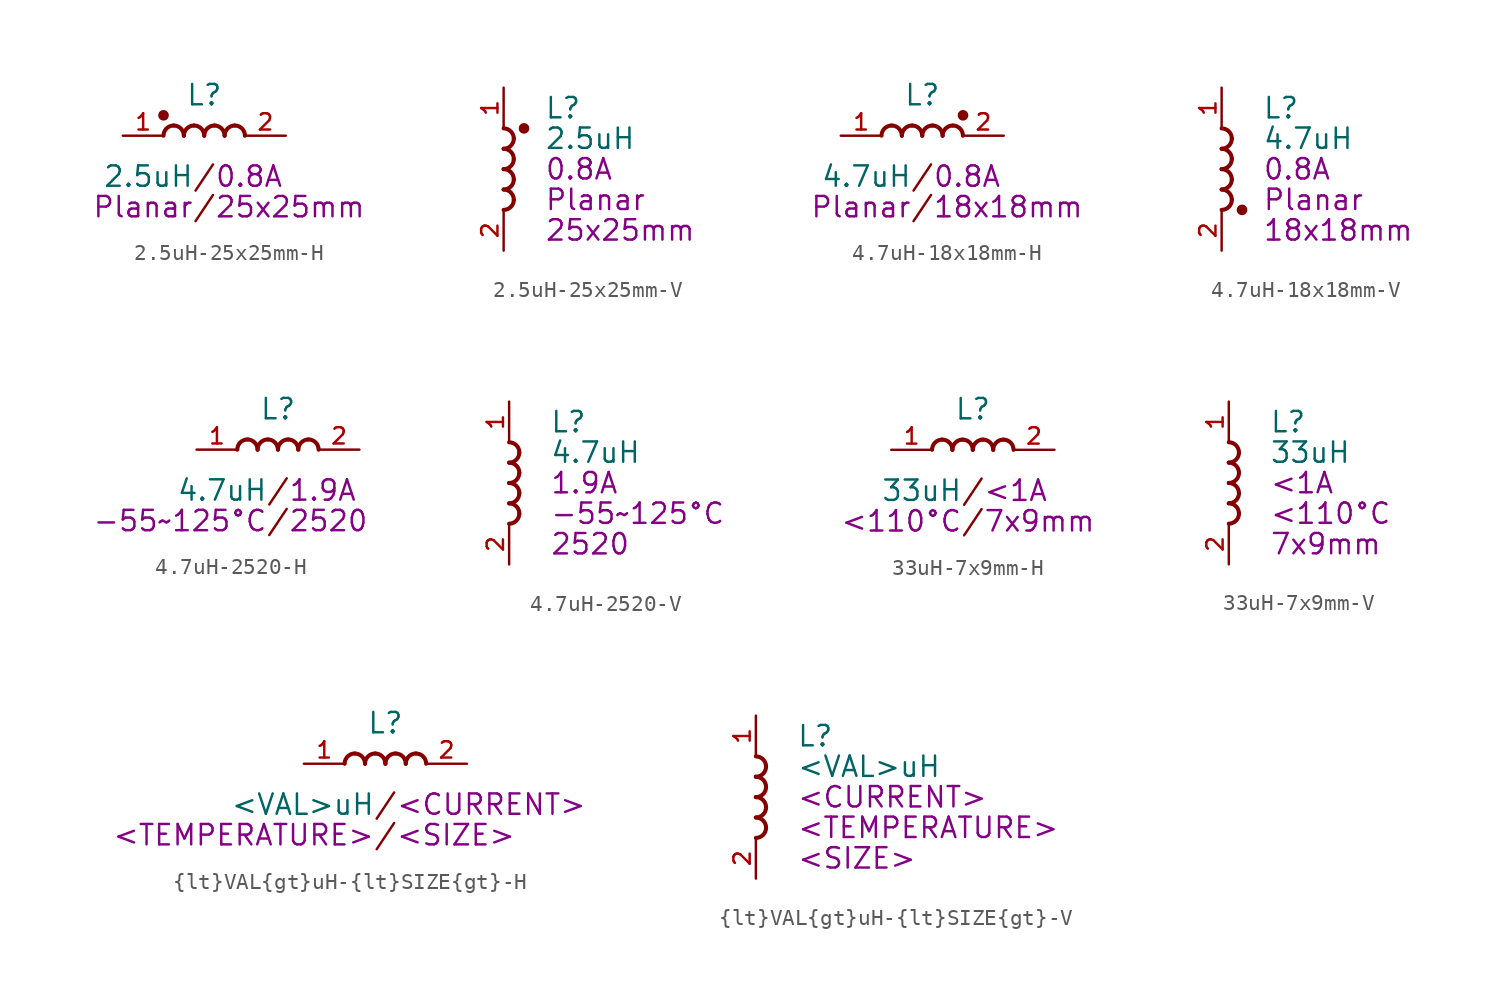
<source format=kicad_sym>
(kicad_symbol_lib
  (version 20231120)
  (generator "kicad_symbol_editor")
  (generator_version "8.0")
  (symbol "2.5uH-25x25mm-H"
    (pin_names
      (offset 1.016))
    (property "Reference" "L"
      (at 0 2.54 0)
      (effects (font (size 1.27 1.27))))
    (property "Value" "2.5uH"
      (at -0.635 -2.54 0)
      (effects (font (size 1.27 1.27)) (justify right)))
    (property "CURRENT" "0.8A"
      (at 0.635 -2.54 0)
      (effects (font (size 1.27 1.27)) (justify left)))
    (property "TEMPERATURE" "Planar"
      (at -0.635 -4.445 0)
      (effects (font (size 1.27 1.27)) (justify right)))
    (property "SIZE" "25x25mm"
      (at 0.635 -4.445 0)
      (effects (font (size 1.27 1.27)) (justify left)))
    (symbol "2.5uH-25x25mm-H_0_0"
      (arc (start -1.905 0.635) (mid -2.354 0.449) (end -2.54 0) (stroke (width 0.254) (type default)) (fill (type none)))
      (arc (start -1.27 0) (mid -1.456 0.449) (end -1.905 0.635) (stroke (width 0.254) (type default)) (fill (type none)))
      (arc (start -0.635 0.635) (mid -1.084 0.449) (end -1.27 0) (stroke (width 0.254) (type default)) (fill (type none)))
      (arc (start 0 0) (mid -0.186 0.449) (end -0.635 0.635) (stroke (width 0.254) (type default)) (fill (type none)))
      (arc (start 0.635 0.635) (mid 0.186 0.449) (end 0 0) (stroke (width 0.254) (type default)) (fill (type none)))
      (arc (start 1.27 0) (mid 1.084 0.449) (end 0.635 0.635) (stroke (width 0.254) (type default)) (fill (type none)))
      (arc (start 1.905 0.635) (mid 1.456 0.449) (end 1.27 0) (stroke (width 0.254) (type default)) (fill (type none)))
      (arc (start 2.54 0) (mid 2.354 0.449) (end 1.905 0.635) (stroke (width 0.254) (type default)) (fill (type none)))
      (text "/" (at 0 -4.445 0) (effects (font (size 1.27 1.27))))
      (text "/" (at 0 -2.54 0) (effects (font (size 1.27 1.27))))
      (pin passive line (at -5.08 0 0) (length 2.54) (name "~" (effects (font (size 1.016 1.016)))) (number "1" (effects (font (size 1.016 1.016)))))
      (pin passive line (at 5.08 0 180) (length 2.54) (name "~" (effects (font (size 1.016 1.016)))) (number "2" (effects (font (size 1.016 1.016))))))
    (symbol "2.5uH-25x25mm-H_1_1"
      (circle (center -2.54 1.27) (radius 0.254) (stroke (width 0) (type solid)) (fill (type outline)))))
  (symbol "2.5uH-25x25mm-V"
    (pin_names
      (offset 1.016))
    (property "Reference" "L"
      (at 2.54 3.81 0)
      (effects (font (size 1.27 1.27)) (justify left)))
    (property "Value" "2.5uH"
      (at 2.54 1.905 0)
      (effects (font (size 1.27 1.27)) (justify left)))
    (property "CURRENT" "0.8A"
      (at 2.54 0 0)
      (effects (font (size 1.27 1.27)) (justify left)))
    (property "TEMPERATURE" "Planar"
      (at 2.54 -1.905 0)
      (effects (font (size 1.27 1.27)) (justify left)))
    (property "SIZE" "25x25mm"
      (at 2.54 -3.81 0)
      (effects (font (size 1.27 1.27)) (justify left)))
    (symbol "2.5uH-25x25mm-V_0_0"
      (arc (start 0 -2.54) (mid 0.449 -2.354) (end 0.635 -1.905) (stroke (width 0.254) (type default)) (fill (type none)))
      (arc (start 0 -1.27) (mid 0.449 -1.084) (end 0.635 -0.635) (stroke (width 0.254) (type default)) (fill (type none)))
      (arc (start 0 0) (mid 0.449 0.186) (end 0.635 0.635) (stroke (width 0.254) (type default)) (fill (type none)))
      (arc (start 0 1.27) (mid 0.449 1.456) (end 0.635 1.905) (stroke (width 0.254) (type default)) (fill (type none)))
      (arc (start 0.635 -1.905) (mid 0.449 -1.456) (end 0 -1.27) (stroke (width 0.254) (type default)) (fill (type none)))
      (arc (start 0.635 -0.635) (mid 0.449 -0.186) (end 0 0) (stroke (width 0.254) (type default)) (fill (type none)))
      (arc (start 0.635 0.635) (mid 0.449 1.084) (end 0 1.27) (stroke (width 0.254) (type default)) (fill (type none)))
      (arc (start 0.635 1.905) (mid 0.449 2.354) (end 0 2.54) (stroke (width 0.254) (type default)) (fill (type none)))
      (pin passive line (at 0 5.08 270) (length 2.54) (name "~" (effects (font (size 1.016 1.016)))) (number "1" (effects (font (size 1.016 1.016)))))
      (pin passive line (at 0 -5.08 90) (length 2.54) (name "~" (effects (font (size 1.016 1.016)))) (number "2" (effects (font (size 1.016 1.016))))))
    (symbol "2.5uH-25x25mm-V_1_1"
      (circle (center 1.27 2.54) (radius 0.254) (stroke (width 0) (type solid)) (fill (type outline)))))
  (symbol "4.7uH-18x18mm-H"
    (pin_names
      (offset 1.016))
    (property "Reference" "L"
      (at 0 2.54 0)
      (effects (font (size 1.27 1.27))))
    (property "Value" "4.7uH"
      (at -0.635 -2.54 0)
      (effects (font (size 1.27 1.27)) (justify right)))
    (property "CURRENT" "0.8A"
      (at 0.635 -2.54 0)
      (effects (font (size 1.27 1.27)) (justify left)))
    (property "TEMPERATURE" "Planar"
      (at -0.635 -4.445 0)
      (effects (font (size 1.27 1.27)) (justify right)))
    (property "SIZE" "18x18mm"
      (at 0.635 -4.445 0)
      (effects (font (size 1.27 1.27)) (justify left)))
    (symbol "4.7uH-18x18mm-H_0_0"
      (arc (start -1.905 0.635) (mid -2.354 0.449) (end -2.54 0) (stroke (width 0.254) (type default)) (fill (type none)))
      (arc (start -1.27 0) (mid -1.456 0.449) (end -1.905 0.635) (stroke (width 0.254) (type default)) (fill (type none)))
      (arc (start -0.635 0.635) (mid -1.084 0.449) (end -1.27 0) (stroke (width 0.254) (type default)) (fill (type none)))
      (arc (start 0 0) (mid -0.186 0.449) (end -0.635 0.635) (stroke (width 0.254) (type default)) (fill (type none)))
      (arc (start 0.635 0.635) (mid 0.186 0.449) (end 0 0) (stroke (width 0.254) (type default)) (fill (type none)))
      (arc (start 1.27 0) (mid 1.084 0.449) (end 0.635 0.635) (stroke (width 0.254) (type default)) (fill (type none)))
      (arc (start 1.905 0.635) (mid 1.456 0.449) (end 1.27 0) (stroke (width 0.254) (type default)) (fill (type none)))
      (arc (start 2.54 0) (mid 2.354 0.449) (end 1.905 0.635) (stroke (width 0.254) (type default)) (fill (type none)))
      (text "/" (at 0 -4.445 0) (effects (font (size 1.27 1.27))))
      (text "/" (at 0 -2.54 0) (effects (font (size 1.27 1.27))))
      (pin passive line (at -5.08 0 0) (length 2.54) (name "~" (effects (font (size 1.016 1.016)))) (number "1" (effects (font (size 1.016 1.016)))))
      (pin passive line (at 5.08 0 180) (length 2.54) (name "~" (effects (font (size 1.016 1.016)))) (number "2" (effects (font (size 1.016 1.016))))))
    (symbol "4.7uH-18x18mm-H_1_1"
      (circle (center 2.54 1.27) (radius 0.254) (stroke (width 0) (type solid)) (fill (type outline)))))
  (symbol "4.7uH-18x18mm-V"
    (pin_names
      (offset 1.016))
    (property "Reference" "L"
      (at 2.54 3.81 0)
      (effects (font (size 1.27 1.27)) (justify left)))
    (property "Value" "4.7uH"
      (at 2.54 1.905 0)
      (effects (font (size 1.27 1.27)) (justify left)))
    (property "CURRENT" "0.8A"
      (at 2.54 0 0)
      (effects (font (size 1.27 1.27)) (justify left)))
    (property "TEMPERATURE" "Planar"
      (at 2.54 -1.905 0)
      (effects (font (size 1.27 1.27)) (justify left)))
    (property "SIZE" "18x18mm"
      (at 2.54 -3.81 0)
      (effects (font (size 1.27 1.27)) (justify left)))
    (symbol "4.7uH-18x18mm-V_0_0"
      (arc (start 0 -2.54) (mid 0.449 -2.354) (end 0.635 -1.905) (stroke (width 0.254) (type default)) (fill (type none)))
      (arc (start 0 -1.27) (mid 0.449 -1.084) (end 0.635 -0.635) (stroke (width 0.254) (type default)) (fill (type none)))
      (arc (start 0 0) (mid 0.449 0.186) (end 0.635 0.635) (stroke (width 0.254) (type default)) (fill (type none)))
      (arc (start 0 1.27) (mid 0.449 1.456) (end 0.635 1.905) (stroke (width 0.254) (type default)) (fill (type none)))
      (arc (start 0.635 -1.905) (mid 0.449 -1.456) (end 0 -1.27) (stroke (width 0.254) (type default)) (fill (type none)))
      (arc (start 0.635 -0.635) (mid 0.449 -0.186) (end 0 0) (stroke (width 0.254) (type default)) (fill (type none)))
      (arc (start 0.635 0.635) (mid 0.449 1.084) (end 0 1.27) (stroke (width 0.254) (type default)) (fill (type none)))
      (arc (start 0.635 1.905) (mid 0.449 2.354) (end 0 2.54) (stroke (width 0.254) (type default)) (fill (type none)))
      (pin passive line (at 0 5.08 270) (length 2.54) (name "~" (effects (font (size 1.016 1.016)))) (number "1" (effects (font (size 1.016 1.016)))))
      (pin passive line (at 0 -5.08 90) (length 2.54) (name "~" (effects (font (size 1.016 1.016)))) (number "2" (effects (font (size 1.016 1.016))))))
    (symbol "4.7uH-18x18mm-V_1_1"
      (circle (center 1.27 -2.54) (radius 0.254) (stroke (width 0) (type solid)) (fill (type outline)))))
  (symbol "4.7uH-2520-H"
    (pin_names
      (offset 1.016))
    (property "Reference" "L"
      (at 0 2.54 0)
      (effects (font (size 1.27 1.27))))
    (property "Value" "4.7uH"
      (at -0.635 -2.54 0)
      (effects (font (size 1.27 1.27)) (justify right)))
    (property "CURRENT" "1.9A"
      (at 0.635 -2.54 0)
      (effects (font (size 1.27 1.27)) (justify left)))
    (property "TEMPERATURE" "-55~125°C"
      (at -0.635 -4.445 0)
      (effects (font (size 1.27 1.27)) (justify right)))
    (property "SIZE" "2520"
      (at 0.635 -4.445 0)
      (effects (font (size 1.27 1.27)) (justify left)))
    (symbol "4.7uH-2520-H_0_0"
      (arc (start -1.905 0.635) (mid -2.354 0.449) (end -2.54 0) (stroke (width 0.254) (type default)) (fill (type none)))
      (arc (start -1.27 0) (mid -1.456 0.449) (end -1.905 0.635) (stroke (width 0.254) (type default)) (fill (type none)))
      (arc (start -0.635 0.635) (mid -1.084 0.449) (end -1.27 0) (stroke (width 0.254) (type default)) (fill (type none)))
      (arc (start 0 0) (mid -0.186 0.449) (end -0.635 0.635) (stroke (width 0.254) (type default)) (fill (type none)))
      (arc (start 0.635 0.635) (mid 0.186 0.449) (end 0 0) (stroke (width 0.254) (type default)) (fill (type none)))
      (arc (start 1.27 0) (mid 1.084 0.449) (end 0.635 0.635) (stroke (width 0.254) (type default)) (fill (type none)))
      (arc (start 1.905 0.635) (mid 1.456 0.449) (end 1.27 0) (stroke (width 0.254) (type default)) (fill (type none)))
      (arc (start 2.54 0) (mid 2.354 0.449) (end 1.905 0.635) (stroke (width 0.254) (type default)) (fill (type none)))
      (text "/" (at 0 -4.445 0) (effects (font (size 1.27 1.27))))
      (text "/" (at 0 -2.54 0) (effects (font (size 1.27 1.27))))
      (pin passive line (at -5.08 0 0) (length 2.54) (name "~" (effects (font (size 1.016 1.016)))) (number "1" (effects (font (size 1.016 1.016)))))
      (pin passive line (at 5.08 0 180) (length 2.54) (name "~" (effects (font (size 1.016 1.016)))) (number "2" (effects (font (size 1.016 1.016)))))))
  (symbol "4.7uH-2520-V"
    (pin_names
      (offset 1.016))
    (property "Reference" "L"
      (at 2.54 3.81 0)
      (effects (font (size 1.27 1.27)) (justify left)))
    (property "Value" "4.7uH"
      (at 2.54 1.905 0)
      (effects (font (size 1.27 1.27)) (justify left)))
    (property "CURRENT" "1.9A"
      (at 2.54 0 0)
      (effects (font (size 1.27 1.27)) (justify left)))
    (property "TEMPERATURE" "-55~125°C"
      (at 2.54 -1.905 0)
      (effects (font (size 1.27 1.27)) (justify left)))
    (property "SIZE" "2520"
      (at 2.54 -3.81 0)
      (effects (font (size 1.27 1.27)) (justify left)))
    (symbol "4.7uH-2520-V_0_0"
      (arc (start 0 -2.54) (mid 0.449 -2.354) (end 0.635 -1.905) (stroke (width 0.254) (type default)) (fill (type none)))
      (arc (start 0 -1.27) (mid 0.449 -1.084) (end 0.635 -0.635) (stroke (width 0.254) (type default)) (fill (type none)))
      (arc (start 0 0) (mid 0.449 0.186) (end 0.635 0.635) (stroke (width 0.254) (type default)) (fill (type none)))
      (arc (start 0 1.27) (mid 0.449 1.456) (end 0.635 1.905) (stroke (width 0.254) (type default)) (fill (type none)))
      (arc (start 0.635 -1.905) (mid 0.449 -1.456) (end 0 -1.27) (stroke (width 0.254) (type default)) (fill (type none)))
      (arc (start 0.635 -0.635) (mid 0.449 -0.186) (end 0 0) (stroke (width 0.254) (type default)) (fill (type none)))
      (arc (start 0.635 0.635) (mid 0.449 1.084) (end 0 1.27) (stroke (width 0.254) (type default)) (fill (type none)))
      (arc (start 0.635 1.905) (mid 0.449 2.354) (end 0 2.54) (stroke (width 0.254) (type default)) (fill (type none)))
      (pin passive line (at 0 5.08 270) (length 2.54) (name "~" (effects (font (size 1.016 1.016)))) (number "1" (effects (font (size 1.016 1.016)))))
      (pin passive line (at 0 -5.08 90) (length 2.54) (name "~" (effects (font (size 1.016 1.016)))) (number "2" (effects (font (size 1.016 1.016)))))))
  (symbol "33uH-7x9mm-H"
    (pin_names
      (offset 1.016))
    (property "Reference" "L"
      (at 0 2.54 0)
      (effects (font (size 1.27 1.27))))
    (property "Value" "33uH"
      (at -0.635 -2.54 0)
      (effects (font (size 1.27 1.27)) (justify right)))
    (property "CURRENT" "<1A"
      (at 0.635 -2.54 0)
      (effects (font (size 1.27 1.27)) (justify left)))
    (property "TEMPERATURE" "<110°C"
      (at -0.635 -4.445 0)
      (effects (font (size 1.27 1.27)) (justify right)))
    (property "SIZE" "7x9mm"
      (at 0.635 -4.445 0)
      (effects (font (size 1.27 1.27)) (justify left)))
    (symbol "33uH-7x9mm-H_0_0"
      (arc (start -1.905 0.635) (mid -2.354 0.449) (end -2.54 0) (stroke (width 0.254) (type default)) (fill (type none)))
      (arc (start -1.27 0) (mid -1.456 0.449) (end -1.905 0.635) (stroke (width 0.254) (type default)) (fill (type none)))
      (arc (start -0.635 0.635) (mid -1.084 0.449) (end -1.27 0) (stroke (width 0.254) (type default)) (fill (type none)))
      (arc (start 0 0) (mid -0.186 0.449) (end -0.635 0.635) (stroke (width 0.254) (type default)) (fill (type none)))
      (arc (start 0.635 0.635) (mid 0.186 0.449) (end 0 0) (stroke (width 0.254) (type default)) (fill (type none)))
      (arc (start 1.27 0) (mid 1.084 0.449) (end 0.635 0.635) (stroke (width 0.254) (type default)) (fill (type none)))
      (arc (start 1.905 0.635) (mid 1.456 0.449) (end 1.27 0) (stroke (width 0.254) (type default)) (fill (type none)))
      (arc (start 2.54 0) (mid 2.354 0.449) (end 1.905 0.635) (stroke (width 0.254) (type default)) (fill (type none)))
      (text "/" (at 0 -4.445 0) (effects (font (size 1.27 1.27))))
      (text "/" (at 0 -2.54 0) (effects (font (size 1.27 1.27))))
      (pin passive line (at -5.08 0 0) (length 2.54) (name "~" (effects (font (size 1.016 1.016)))) (number "1" (effects (font (size 1.016 1.016)))))
      (pin passive line (at 5.08 0 180) (length 2.54) (name "~" (effects (font (size 1.016 1.016)))) (number "2" (effects (font (size 1.016 1.016)))))))
  (symbol "33uH-7x9mm-V"
    (pin_names
      (offset 1.016))
    (property "Reference" "L"
      (at 2.54 3.81 0)
      (effects (font (size 1.27 1.27)) (justify left)))
    (property "Value" "33uH"
      (at 2.54 1.905 0)
      (effects (font (size 1.27 1.27)) (justify left)))
    (property "CURRENT" "<1A"
      (at 2.54 0 0)
      (effects (font (size 1.27 1.27)) (justify left)))
    (property "TEMPERATURE" "<110°C"
      (at 2.54 -1.905 0)
      (effects (font (size 1.27 1.27)) (justify left)))
    (property "SIZE" "7x9mm"
      (at 2.54 -3.81 0)
      (effects (font (size 1.27 1.27)) (justify left)))
    (symbol "33uH-7x9mm-V_0_0"
      (arc (start 0 -2.54) (mid 0.449 -2.354) (end 0.635 -1.905) (stroke (width 0.254) (type default)) (fill (type none)))
      (arc (start 0 -1.27) (mid 0.449 -1.084) (end 0.635 -0.635) (stroke (width 0.254) (type default)) (fill (type none)))
      (arc (start 0 0) (mid 0.449 0.186) (end 0.635 0.635) (stroke (width 0.254) (type default)) (fill (type none)))
      (arc (start 0 1.27) (mid 0.449 1.456) (end 0.635 1.905) (stroke (width 0.254) (type default)) (fill (type none)))
      (arc (start 0.635 -1.905) (mid 0.449 -1.456) (end 0 -1.27) (stroke (width 0.254) (type default)) (fill (type none)))
      (arc (start 0.635 -0.635) (mid 0.449 -0.186) (end 0 0) (stroke (width 0.254) (type default)) (fill (type none)))
      (arc (start 0.635 0.635) (mid 0.449 1.084) (end 0 1.27) (stroke (width 0.254) (type default)) (fill (type none)))
      (arc (start 0.635 1.905) (mid 0.449 2.354) (end 0 2.54) (stroke (width 0.254) (type default)) (fill (type none)))
      (pin passive line (at 0 5.08 270) (length 2.54) (name "~" (effects (font (size 1.016 1.016)))) (number "1" (effects (font (size 1.016 1.016)))))
      (pin passive line (at 0 -5.08 90) (length 2.54) (name "~" (effects (font (size 1.016 1.016)))) (number "2" (effects (font (size 1.016 1.016)))))))
  (symbol "{lt}VAL{gt}uH-{lt}SIZE{gt}-H"
    (pin_names
      (offset 1.016))
    (property "Reference" "L"
      (at 0 2.54 0)
      (effects (font (size 1.27 1.27))))
    (property "Value" "<VAL>uH"
      (at -0.635 -2.54 0)
      (effects (font (size 1.27 1.27)) (justify right)))
    (property "CURRENT" "<CURRENT>"
      (at 0.635 -2.54 0)
      (effects (font (size 1.27 1.27)) (justify left)))
    (property "TEMPERATURE" "<TEMPERATURE>"
      (at -0.635 -4.445 0)
      (effects (font (size 1.27 1.27)) (justify right)))
    (property "SIZE" "<SIZE>"
      (at 0.635 -4.445 0)
      (effects (font (size 1.27 1.27)) (justify left)))
    (symbol "{lt}VAL{gt}uH-{lt}SIZE{gt}-H_0_0"
      (arc (start -1.905 0.635) (mid -2.354 0.449) (end -2.54 0) (stroke (width 0.254) (type default)) (fill (type none)))
      (arc (start -1.27 0) (mid -1.456 0.449) (end -1.905 0.635) (stroke (width 0.254) (type default)) (fill (type none)))
      (arc (start -0.635 0.635) (mid -1.084 0.449) (end -1.27 0) (stroke (width 0.254) (type default)) (fill (type none)))
      (arc (start 0 0) (mid -0.186 0.449) (end -0.635 0.635) (stroke (width 0.254) (type default)) (fill (type none)))
      (arc (start 0.635 0.635) (mid 0.186 0.449) (end 0 0) (stroke (width 0.254) (type default)) (fill (type none)))
      (arc (start 1.27 0) (mid 1.084 0.449) (end 0.635 0.635) (stroke (width 0.254) (type default)) (fill (type none)))
      (arc (start 1.905 0.635) (mid 1.456 0.449) (end 1.27 0) (stroke (width 0.254) (type default)) (fill (type none)))
      (arc (start 2.54 0) (mid 2.354 0.449) (end 1.905 0.635) (stroke (width 0.254) (type default)) (fill (type none)))
      (text "/" (at 0 -4.445 0) (effects (font (size 1.27 1.27))))
      (text "/" (at 0 -2.54 0) (effects (font (size 1.27 1.27))))
      (pin passive line (at -5.08 0 0) (length 2.54) (name "~" (effects (font (size 1.016 1.016)))) (number "1" (effects (font (size 1.016 1.016)))))
      (pin passive line (at 5.08 0 180) (length 2.54) (name "~" (effects (font (size 1.016 1.016)))) (number "2" (effects (font (size 1.016 1.016)))))))
  (symbol "{lt}VAL{gt}uH-{lt}SIZE{gt}-V"
    (pin_names
      (offset 1.016))
    (property "Reference" "L"
      (at 2.54 3.81 0)
      (effects (font (size 1.27 1.27)) (justify left)))
    (property "Value" "<VAL>uH"
      (at 2.54 1.905 0)
      (effects (font (size 1.27 1.27)) (justify left)))
    (property "CURRENT" "<CURRENT>"
      (at 2.54 0 0)
      (effects (font (size 1.27 1.27)) (justify left)))
    (property "TEMPERATURE" "<TEMPERATURE>"
      (at 2.54 -1.905 0)
      (effects (font (size 1.27 1.27)) (justify left)))
    (property "SIZE" "<SIZE>"
      (at 2.54 -3.81 0)
      (effects (font (size 1.27 1.27)) (justify left)))
    (symbol "{lt}VAL{gt}uH-{lt}SIZE{gt}-V_0_0"
      (arc (start 0 -2.54) (mid 0.449 -2.354) (end 0.635 -1.905) (stroke (width 0.254) (type default)) (fill (type none)))
      (arc (start 0 -1.27) (mid 0.449 -1.084) (end 0.635 -0.635) (stroke (width 0.254) (type default)) (fill (type none)))
      (arc (start 0 0) (mid 0.449 0.186) (end 0.635 0.635) (stroke (width 0.254) (type default)) (fill (type none)))
      (arc (start 0 1.27) (mid 0.449 1.456) (end 0.635 1.905) (stroke (width 0.254) (type default)) (fill (type none)))
      (arc (start 0.635 -1.905) (mid 0.449 -1.456) (end 0 -1.27) (stroke (width 0.254) (type default)) (fill (type none)))
      (arc (start 0.635 -0.635) (mid 0.449 -0.186) (end 0 0) (stroke (width 0.254) (type default)) (fill (type none)))
      (arc (start 0.635 0.635) (mid 0.449 1.084) (end 0 1.27) (stroke (width 0.254) (type default)) (fill (type none)))
      (arc (start 0.635 1.905) (mid 0.449 2.354) (end 0 2.54) (stroke (width 0.254) (type default)) (fill (type none)))
      (pin passive line (at 0 5.08 270) (length 2.54) (name "~" (effects (font (size 1.016 1.016)))) (number "1" (effects (font (size 1.016 1.016)))))
      (pin passive line (at 0 -5.08 90) (length 2.54) (name "~" (effects (font (size 1.016 1.016)))) (number "2" (effects (font (size 1.016 1.016))))))))
</source>
